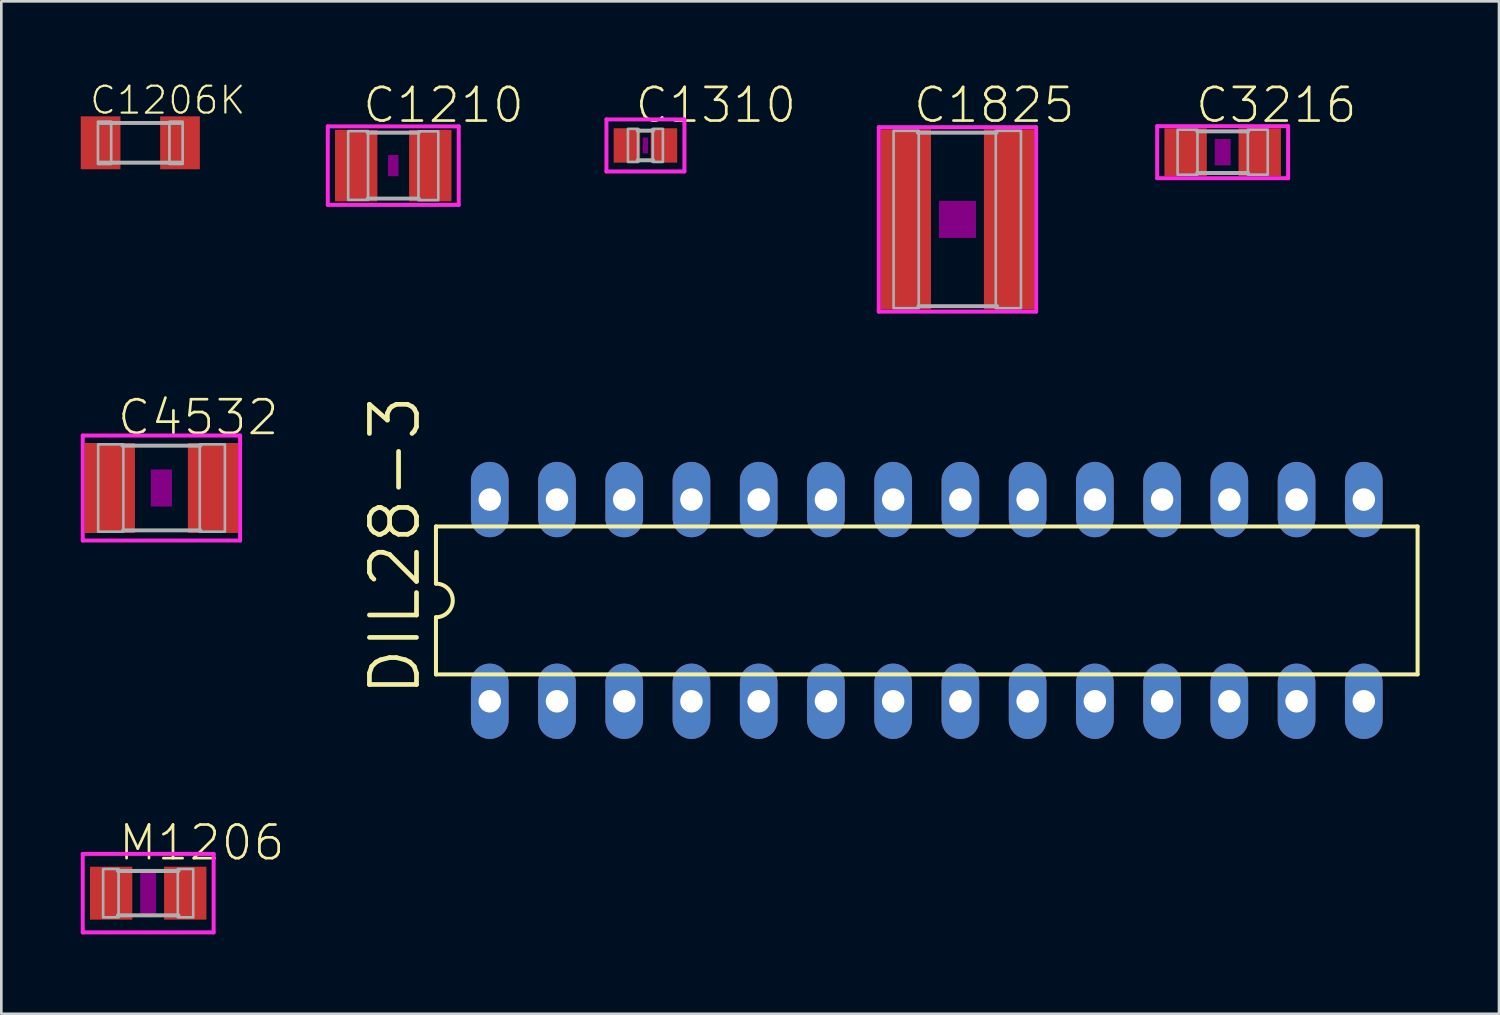
<source format=kicad_pcb>
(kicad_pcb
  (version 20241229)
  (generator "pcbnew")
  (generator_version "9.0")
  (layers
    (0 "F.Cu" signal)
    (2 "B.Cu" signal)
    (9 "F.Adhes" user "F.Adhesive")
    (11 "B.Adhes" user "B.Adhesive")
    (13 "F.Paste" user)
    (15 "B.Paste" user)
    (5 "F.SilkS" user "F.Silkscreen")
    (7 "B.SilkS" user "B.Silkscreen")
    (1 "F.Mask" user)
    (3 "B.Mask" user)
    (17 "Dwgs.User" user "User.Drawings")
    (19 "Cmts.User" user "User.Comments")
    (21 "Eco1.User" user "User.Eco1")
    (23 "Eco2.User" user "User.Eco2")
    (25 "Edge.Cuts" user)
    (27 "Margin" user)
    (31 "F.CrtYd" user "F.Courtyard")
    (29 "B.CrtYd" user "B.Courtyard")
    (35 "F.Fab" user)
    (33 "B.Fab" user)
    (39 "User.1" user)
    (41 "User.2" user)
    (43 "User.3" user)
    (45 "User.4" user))
  (footprint "C1310"
    (layer "F.Cu")
    (at 21.333 2.445)
    (property "Reference" "C1310" (at 2.661 -1.524 0) (layer "F.SilkS") (effects (font (size 1.27 1.27) (thickness 0.102))))
    (attr through_hole)
    (fp_poly (pts (xy -0.1 -0.3) (xy 0.1 -0.3) (xy 0.1 0.3) (xy -0.1 0.3)) (stroke (width 0) (type solid)) (fill yes) (layer "F.Adhes"))
    (fp_line (start -1.473 -0.983) (end 1.473 -0.983) (stroke (width 0.15) (type solid)) (layer "F.CrtYd"))
    (fp_line (start -1.473 0.983) (end -1.473 -0.983) (stroke (width 0.15) (type solid)) (layer "F.CrtYd"))
    (fp_line (start 1.473 -0.983) (end 1.473 0.983) (stroke (width 0.15) (type solid)) (layer "F.CrtYd"))
    (fp_line (start 1.473 0.983) (end -1.473 0.983) (stroke (width 0.15) (type solid)) (layer "F.CrtYd"))
    (fp_line (start -0.294 -0.559) (end 0.294 -0.559) (stroke (width 0.15) (type solid)) (layer "F.Fab"))
    (fp_line (start -0.294 0.559) (end 0.294 0.559) (stroke (width 0.15) (type solid)) (layer "F.Fab"))
    (fp_poly (pts (xy -0.66 -0.628) (xy -0.28 -0.628) (xy -0.28 0.622) (xy -0.66 0.622)) (stroke (width 0.1) (type solid)) (fill no) (layer "F.Fab"))
    (fp_poly (pts (xy 0.279 -0.628) (xy 0.659 -0.628) (xy 0.659 0.622) (xy 0.279 0.622)) (stroke (width 0.1) (type solid)) (fill no) (layer "F.Fab"))
    (pad "1" smd rect (at -0.7 0) (size 1 1.3) (layers "F.Cu" "F.Mask" "F.Paste"))
    (pad "2" smd rect (at 0.7 0) (size 1 1.3) (layers "F.Cu" "F.Mask" "F.Paste")))
  (footprint "C3216"
    (layer "F.Cu")
    (at 43.14 2.699)
    (property "Reference" "C3216" (at 2.026 -1.778 0) (layer "F.SilkS") (effects (font (size 1.27 1.27) (thickness 0.102))))
    (attr through_hole)
    (fp_poly (pts (xy -0.3 -0.5) (xy 0.3 -0.5) (xy 0.3 0.5) (xy -0.3 0.5)) (stroke (width 0) (type solid)) (fill yes) (layer "F.Adhes"))
    (fp_line (start -2.473 -0.983) (end 2.473 -0.983) (stroke (width 0.15) (type solid)) (layer "F.CrtYd"))
    (fp_line (start -2.473 0.983) (end -2.473 -0.983) (stroke (width 0.15) (type solid)) (layer "F.CrtYd"))
    (fp_line (start 2.473 -0.983) (end 2.473 0.983) (stroke (width 0.15) (type solid)) (layer "F.CrtYd"))
    (fp_line (start 2.473 0.983) (end -2.473 0.983) (stroke (width 0.15) (type solid)) (layer "F.CrtYd"))
    (fp_line (start -0.965 -0.787) (end 0.965 -0.787) (stroke (width 0.15) (type solid)) (layer "F.Fab"))
    (fp_line (start -0.965 0.787) (end 0.965 0.787) (stroke (width 0.15) (type solid)) (layer "F.Fab"))
    (fp_poly (pts (xy -1.702 -0.849) (xy -0.952 -0.849) (xy -0.952 0.851) (xy -1.702 0.851)) (stroke (width 0.1) (type solid)) (fill no) (layer "F.Fab"))
    (fp_poly (pts (xy 0.952 -0.851) (xy 1.702 -0.851) (xy 1.702 0.849) (xy 0.952 0.849)) (stroke (width 0.1) (type solid)) (fill no) (layer "F.Fab"))
    (pad "1" smd rect (at -1.4 0) (size 1.6 1.8) (layers "F.Cu" "F.Mask" "F.Paste"))
    (pad "2" smd rect (at 1.4 0) (size 1.6 1.8) (layers "F.Cu" "F.Mask" "F.Paste")))
  (footprint "DIL28-3"
    (layer "F.Cu")
    (at 31.962 19.633)
    (property "Reference" "DIL28-3" (at -20.091 -2.074 90) (layer "F.SilkS") (effects (font (size 1.778 1.778) (thickness 0.178))))
    (attr through_hole)
    (fp_line (start -18.542 -2.794) (end -18.542 -0.635) (stroke (width 0.152) (type solid)) (layer "F.SilkS"))
    (fp_line (start -18.542 -2.794) (end 18.542 -2.794) (stroke (width 0.152) (type solid)) (layer "F.SilkS"))
    (fp_line (start -18.542 0.635) (end -18.542 2.794) (stroke (width 0.152) (type solid)) (layer "F.SilkS"))
    (fp_line (start -18.542 2.794) (end 18.542 2.794) (stroke (width 0.152) (type solid)) (layer "F.SilkS"))
    (fp_line (start 18.542 -2.794) (end 18.542 2.794) (stroke (width 0.152) (type solid)) (layer "F.SilkS"))
    (fp_arc (start -18.542 -0.635) (mid -17.907 0) (end -18.542 0.635) (stroke (width 0.1524) (type solid)) (layer "F.SilkS"))
    (pad "1" thru_hole oval (at -16.51 3.81) (size 1.422 2.845) (drill 0.85) (layers "*.Cu" "*.Mask"))
    (pad "2" thru_hole oval (at -13.97 3.81) (size 1.422 2.845) (drill 0.85) (layers "*.Cu" "*.Mask"))
    (pad "3" thru_hole oval (at -11.43 3.81) (size 1.422 2.845) (drill 0.85) (layers "*.Cu" "*.Mask"))
    (pad "4" thru_hole oval (at -8.89 3.81) (size 1.422 2.845) (drill 0.85) (layers "*.Cu" "*.Mask"))
    (pad "5" thru_hole oval (at -6.35 3.81) (size 1.422 2.845) (drill 0.85) (layers "*.Cu" "*.Mask"))
    (pad "6" thru_hole oval (at -3.81 3.81) (size 1.422 2.845) (drill 0.85) (layers "*.Cu" "*.Mask"))
    (pad "7" thru_hole oval (at -1.27 3.81) (size 1.422 2.845) (drill 0.85) (layers "*.Cu" "*.Mask"))
    (pad "8" thru_hole oval (at 1.27 3.81) (size 1.422 2.845) (drill 0.85) (layers "*.Cu" "*.Mask"))
    (pad "9" thru_hole oval (at 3.81 3.81) (size 1.422 2.845) (drill 0.85) (layers "*.Cu" "*.Mask"))
    (pad "10" thru_hole oval (at 6.35 3.81) (size 1.422 2.845) (drill 0.85) (layers "*.Cu" "*.Mask"))
    (pad "11" thru_hole oval (at 8.89 3.81) (size 1.422 2.845) (drill 0.85) (layers "*.Cu" "*.Mask"))
    (pad "12" thru_hole oval (at 11.43 3.81) (size 1.422 2.845) (drill 0.85) (layers "*.Cu" "*.Mask"))
    (pad "13" thru_hole oval (at 13.97 3.81) (size 1.422 2.845) (drill 0.85) (layers "*.Cu" "*.Mask"))
    (pad "14" thru_hole oval (at 16.51 3.81) (size 1.422 2.845) (drill 0.85) (layers "*.Cu" "*.Mask"))
    (pad "15" thru_hole oval (at 16.51 -3.81) (size 1.422 2.845) (drill 0.85) (layers "*.Cu" "*.Mask"))
    (pad "16" thru_hole oval (at 13.97 -3.81) (size 1.422 2.845) (drill 0.85) (layers "*.Cu" "*.Mask"))
    (pad "17" thru_hole oval (at 11.43 -3.81) (size 1.422 2.845) (drill 0.85) (layers "*.Cu" "*.Mask"))
    (pad "18" thru_hole oval (at 8.89 -3.81) (size 1.422 2.845) (drill 0.85) (layers "*.Cu" "*.Mask"))
    (pad "19" thru_hole oval (at 6.35 -3.81) (size 1.422 2.845) (drill 0.85) (layers "*.Cu" "*.Mask"))
    (pad "20" thru_hole oval (at 3.81 -3.81) (size 1.422 2.845) (drill 0.85) (layers "*.Cu" "*.Mask"))
    (pad "21" thru_hole oval (at 1.27 -3.81) (size 1.422 2.845) (drill 0.85) (layers "*.Cu" "*.Mask"))
    (pad "22" thru_hole oval (at -1.27 -3.81) (size 1.422 2.845) (drill 0.85) (layers "*.Cu" "*.Mask"))
    (pad "23" thru_hole oval (at -3.81 -3.81) (size 1.422 2.845) (drill 0.85) (layers "*.Cu" "*.Mask"))
    (pad "24" thru_hole oval (at -6.35 -3.81) (size 1.422 2.845) (drill 0.85) (layers "*.Cu" "*.Mask"))
    (pad "25" thru_hole oval (at -8.89 -3.81) (size 1.422 2.845) (drill 0.85) (layers "*.Cu" "*.Mask"))
    (pad "26" thru_hole oval (at -11.43 -3.81) (size 1.422 2.845) (drill 0.85) (layers "*.Cu" "*.Mask"))
    (pad "27" thru_hole oval (at -13.97 -3.81) (size 1.422 2.845) (drill 0.85) (layers "*.Cu" "*.Mask"))
    (pad "28" thru_hole oval (at -16.51 -3.81) (size 1.422 2.845) (drill 0.85) (layers "*.Cu" "*.Mask")))
  (footprint "C4532"
    (layer "F.Cu")
    (at 3.048 15.386)
    (property "Reference" "C4532" (at 1.391 -2.667 0) (layer "F.SilkS") (effects (font (size 1.27 1.27) (thickness 0.102))))
    (attr through_hole)
    (fp_poly (pts (xy -0.4 -0.7) (xy 0.4 -0.7) (xy 0.4 0.7) (xy -0.4 0.7)) (stroke (width 0) (type solid)) (fill yes) (layer "F.Adhes"))
    (fp_line (start -2.973 -1.983) (end 2.973 -1.983) (stroke (width 0.15) (type solid)) (layer "F.CrtYd"))
    (fp_line (start -2.973 1.983) (end -2.973 -1.983) (stroke (width 0.15) (type solid)) (layer "F.CrtYd"))
    (fp_line (start 2.973 -1.983) (end 2.973 1.983) (stroke (width 0.15) (type solid)) (layer "F.CrtYd"))
    (fp_line (start 2.973 1.983) (end -2.973 1.983) (stroke (width 0.15) (type solid)) (layer "F.CrtYd"))
    (fp_line (start -1.473 -1.6) (end 1.473 -1.6) (stroke (width 0.15) (type solid)) (layer "F.Fab"))
    (fp_line (start -1.448 1.6) (end 1.473 1.6) (stroke (width 0.15) (type solid)) (layer "F.Fab"))
    (fp_poly (pts (xy -2.388 -1.649) (xy -1.438 -1.649) (xy -1.438 1.651) (xy -2.388 1.651)) (stroke (width 0.1) (type solid)) (fill no) (layer "F.Fab"))
    (fp_poly (pts (xy 1.448 -1.649) (xy 2.398 -1.649) (xy 2.398 1.651) (xy 1.448 1.651)) (stroke (width 0.1) (type solid)) (fill no) (layer "F.Fab"))
    (pad "1" smd rect (at -1.95 0) (size 1.9 3.4) (layers "F.Cu" "F.Mask" "F.Paste"))
    (pad "2" smd rect (at 1.95 0) (size 1.9 3.4) (layers "F.Cu" "F.Mask" "F.Paste")))
  (footprint "C1206K"
    (layer "F.Cu")
    (at 2.25 2.345)
    (property "Reference" "C1206K" (at 1.037 -1.608 0) (layer "F.SilkS") (effects (font (size 1.016 1.016) (thickness 0.081))))
    (attr through_hole)
    (fp_line (start -1.525 -0.75) (end 1.525 -0.75) (stroke (width 0.15) (type solid)) (layer "F.Fab"))
    (fp_line (start 1.525 0.75) (end -1.525 0.75) (stroke (width 0.15) (type solid)) (layer "F.Fab"))
    (fp_poly (pts (xy -1.6 -0.8) (xy -1.1 -0.8) (xy -1.1 0.8) (xy -1.6 0.8)) (stroke (width 0.1) (type solid)) (fill no) (layer "F.Fab"))
    (fp_poly (pts (xy 1.1 -0.8) (xy 1.6 -0.8) (xy 1.6 0.8) (xy 1.1 0.8)) (stroke (width 0.1) (type solid)) (fill no) (layer "F.Fab"))
    (pad "1" smd rect (at -1.5 0) (size 1.5 2) (layers "F.Cu" "F.Mask" "F.Paste"))
    (pad "2" smd rect (at 1.5 0) (size 1.5 2) (layers "F.Cu" "F.Mask" "F.Paste")))
  (footprint "C1825"
    (layer "F.Cu")
    (at 33.121 5.239)
    (property "Reference" "C1825" (at 1.391 -4.318 0) (layer "F.SilkS") (effects (font (size 1.27 1.27) (thickness 0.102))))
    (attr through_hole)
    (fp_poly (pts (xy -0.7 -0.7) (xy 0.7 -0.7) (xy 0.7 0.7) (xy -0.7 0.7)) (stroke (width 0) (type solid)) (fill yes) (layer "F.Adhes"))
    (fp_line (start -2.973 -3.483) (end 2.973 -3.483) (stroke (width 0.15) (type solid)) (layer "F.CrtYd"))
    (fp_line (start -2.973 3.483) (end -2.973 -3.483) (stroke (width 0.15) (type solid)) (layer "F.CrtYd"))
    (fp_line (start 2.973 -3.483) (end 2.973 3.483) (stroke (width 0.15) (type solid)) (layer "F.CrtYd"))
    (fp_line (start 2.973 3.483) (end -2.973 3.483) (stroke (width 0.15) (type solid)) (layer "F.CrtYd"))
    (fp_line (start -1.499 -3.277) (end 1.473 -3.277) (stroke (width 0.15) (type solid)) (layer "F.Fab"))
    (fp_line (start -1.473 3.277) (end 1.499 3.277) (stroke (width 0.15) (type solid)) (layer "F.Fab"))
    (fp_poly (pts (xy -2.413 -3.347) (xy -1.463 -3.347) (xy -1.463 3.353) (xy -2.413 3.353)) (stroke (width 0.1) (type solid)) (fill no) (layer "F.Fab"))
    (fp_poly (pts (xy 1.448 -3.347) (xy 2.398 -3.347) (xy 2.398 3.353) (xy 1.448 3.353)) (stroke (width 0.1) (type solid)) (fill no) (layer "F.Fab"))
    (pad "1" smd rect (at -1.95 0) (size 1.9 6.8) (layers "F.Cu" "F.Mask" "F.Paste"))
    (pad "2" smd rect (at 1.95 0) (size 1.9 6.8) (layers "F.Cu" "F.Mask" "F.Paste")))
  (footprint "C1210"
    (layer "F.Cu")
    (at 11.806 3.207)
    (property "Reference" "C1210" (at 1.899 -2.286 0) (layer "F.SilkS") (effects (font (size 1.27 1.27) (thickness 0.102))))
    (attr through_hole)
    (fp_poly (pts (xy -0.2 -0.4) (xy 0.2 -0.4) (xy 0.2 0.4) (xy -0.2 0.4)) (stroke (width 0) (type solid)) (fill yes) (layer "F.Adhes"))
    (fp_line (start -2.473 -1.483) (end 2.473 -1.483) (stroke (width 0.15) (type solid)) (layer "F.CrtYd"))
    (fp_line (start -2.473 1.483) (end -2.473 -1.483) (stroke (width 0.15) (type solid)) (layer "F.CrtYd"))
    (fp_line (start 2.473 -1.483) (end 2.473 1.483) (stroke (width 0.15) (type solid)) (layer "F.CrtYd"))
    (fp_line (start 2.473 1.483) (end -2.473 1.483) (stroke (width 0.15) (type solid)) (layer "F.CrtYd"))
    (fp_line (start -0.965 -1.245) (end 0.965 -1.245) (stroke (width 0.15) (type solid)) (layer "F.Fab"))
    (fp_line (start -0.965 1.245) (end 0.965 1.245) (stroke (width 0.15) (type solid)) (layer "F.Fab"))
    (fp_poly (pts (xy -1.702 -1.304) (xy -0.952 -1.304) (xy -0.952 1.295) (xy -1.702 1.295)) (stroke (width 0.1) (type solid)) (fill no) (layer "F.Fab"))
    (fp_poly (pts (xy 0.952 -1.295) (xy 1.702 -1.295) (xy 1.702 1.304) (xy 0.952 1.304)) (stroke (width 0.1) (type solid)) (fill no) (layer "F.Fab"))
    (pad "1" smd rect (at -1.4 0) (size 1.6 2.7) (layers "F.Cu" "F.Mask" "F.Paste"))
    (pad "2" smd rect (at 1.4 0) (size 1.6 2.7) (layers "F.Cu" "F.Mask" "F.Paste")))
  (footprint "M1206"
    (layer "F.Cu")
    (at 2.548 30.692)
    (property "Reference" "M1206" (at 2.026 -1.905 0) (layer "F.SilkS") (effects (font (size 1.27 1.27) (thickness 0.102))))
    (attr through_hole)
    (fp_poly (pts (xy -0.3 -0.8) (xy 0.3 -0.8) (xy 0.3 0.8) (xy -0.3 0.8)) (stroke (width 0) (type solid)) (fill yes) (layer "F.Adhes"))
    (fp_line (start -2.473 -1.483) (end 2.473 -1.483) (stroke (width 0.15) (type solid)) (layer "F.CrtYd"))
    (fp_line (start -2.473 1.483) (end -2.473 -1.483) (stroke (width 0.15) (type solid)) (layer "F.CrtYd"))
    (fp_line (start 2.473 -1.483) (end 2.473 1.483) (stroke (width 0.15) (type solid)) (layer "F.CrtYd"))
    (fp_line (start 2.473 1.483) (end -2.473 1.483) (stroke (width 0.15) (type solid)) (layer "F.CrtYd"))
    (fp_line (start 1.143 -0.838) (end -1.143 -0.838) (stroke (width 0.152) (type solid)) (layer "F.Fab"))
    (fp_line (start 1.143 0.838) (end -1.143 0.838) (stroke (width 0.152) (type solid)) (layer "F.Fab"))
    (fp_poly (pts (xy -1.702 -0.914) (xy -1.118 -0.914) (xy -1.118 0.914) (xy -1.702 0.914)) (stroke (width 0.1) (type solid)) (fill no) (layer "F.Fab"))
    (fp_poly (pts (xy 1.118 -0.914) (xy 1.702 -0.914) (xy 1.702 0.914) (xy 1.118 0.914)) (stroke (width 0.1) (type solid)) (fill no) (layer "F.Fab"))
    (pad "1" smd rect (at -1.4 0) (size 1.6 2) (layers "F.Cu" "F.Mask" "F.Paste"))
    (pad "2" smd rect (at 1.4 0) (size 1.6 2) (layers "F.Cu" "F.Mask" "F.Paste")))
  (gr_rect
    (start -3 -3)
    (end 53.58 35.25)
    (stroke (width 0.1) (type default))
    (fill no)
    (layer "Edge.Cuts")))
</source>
